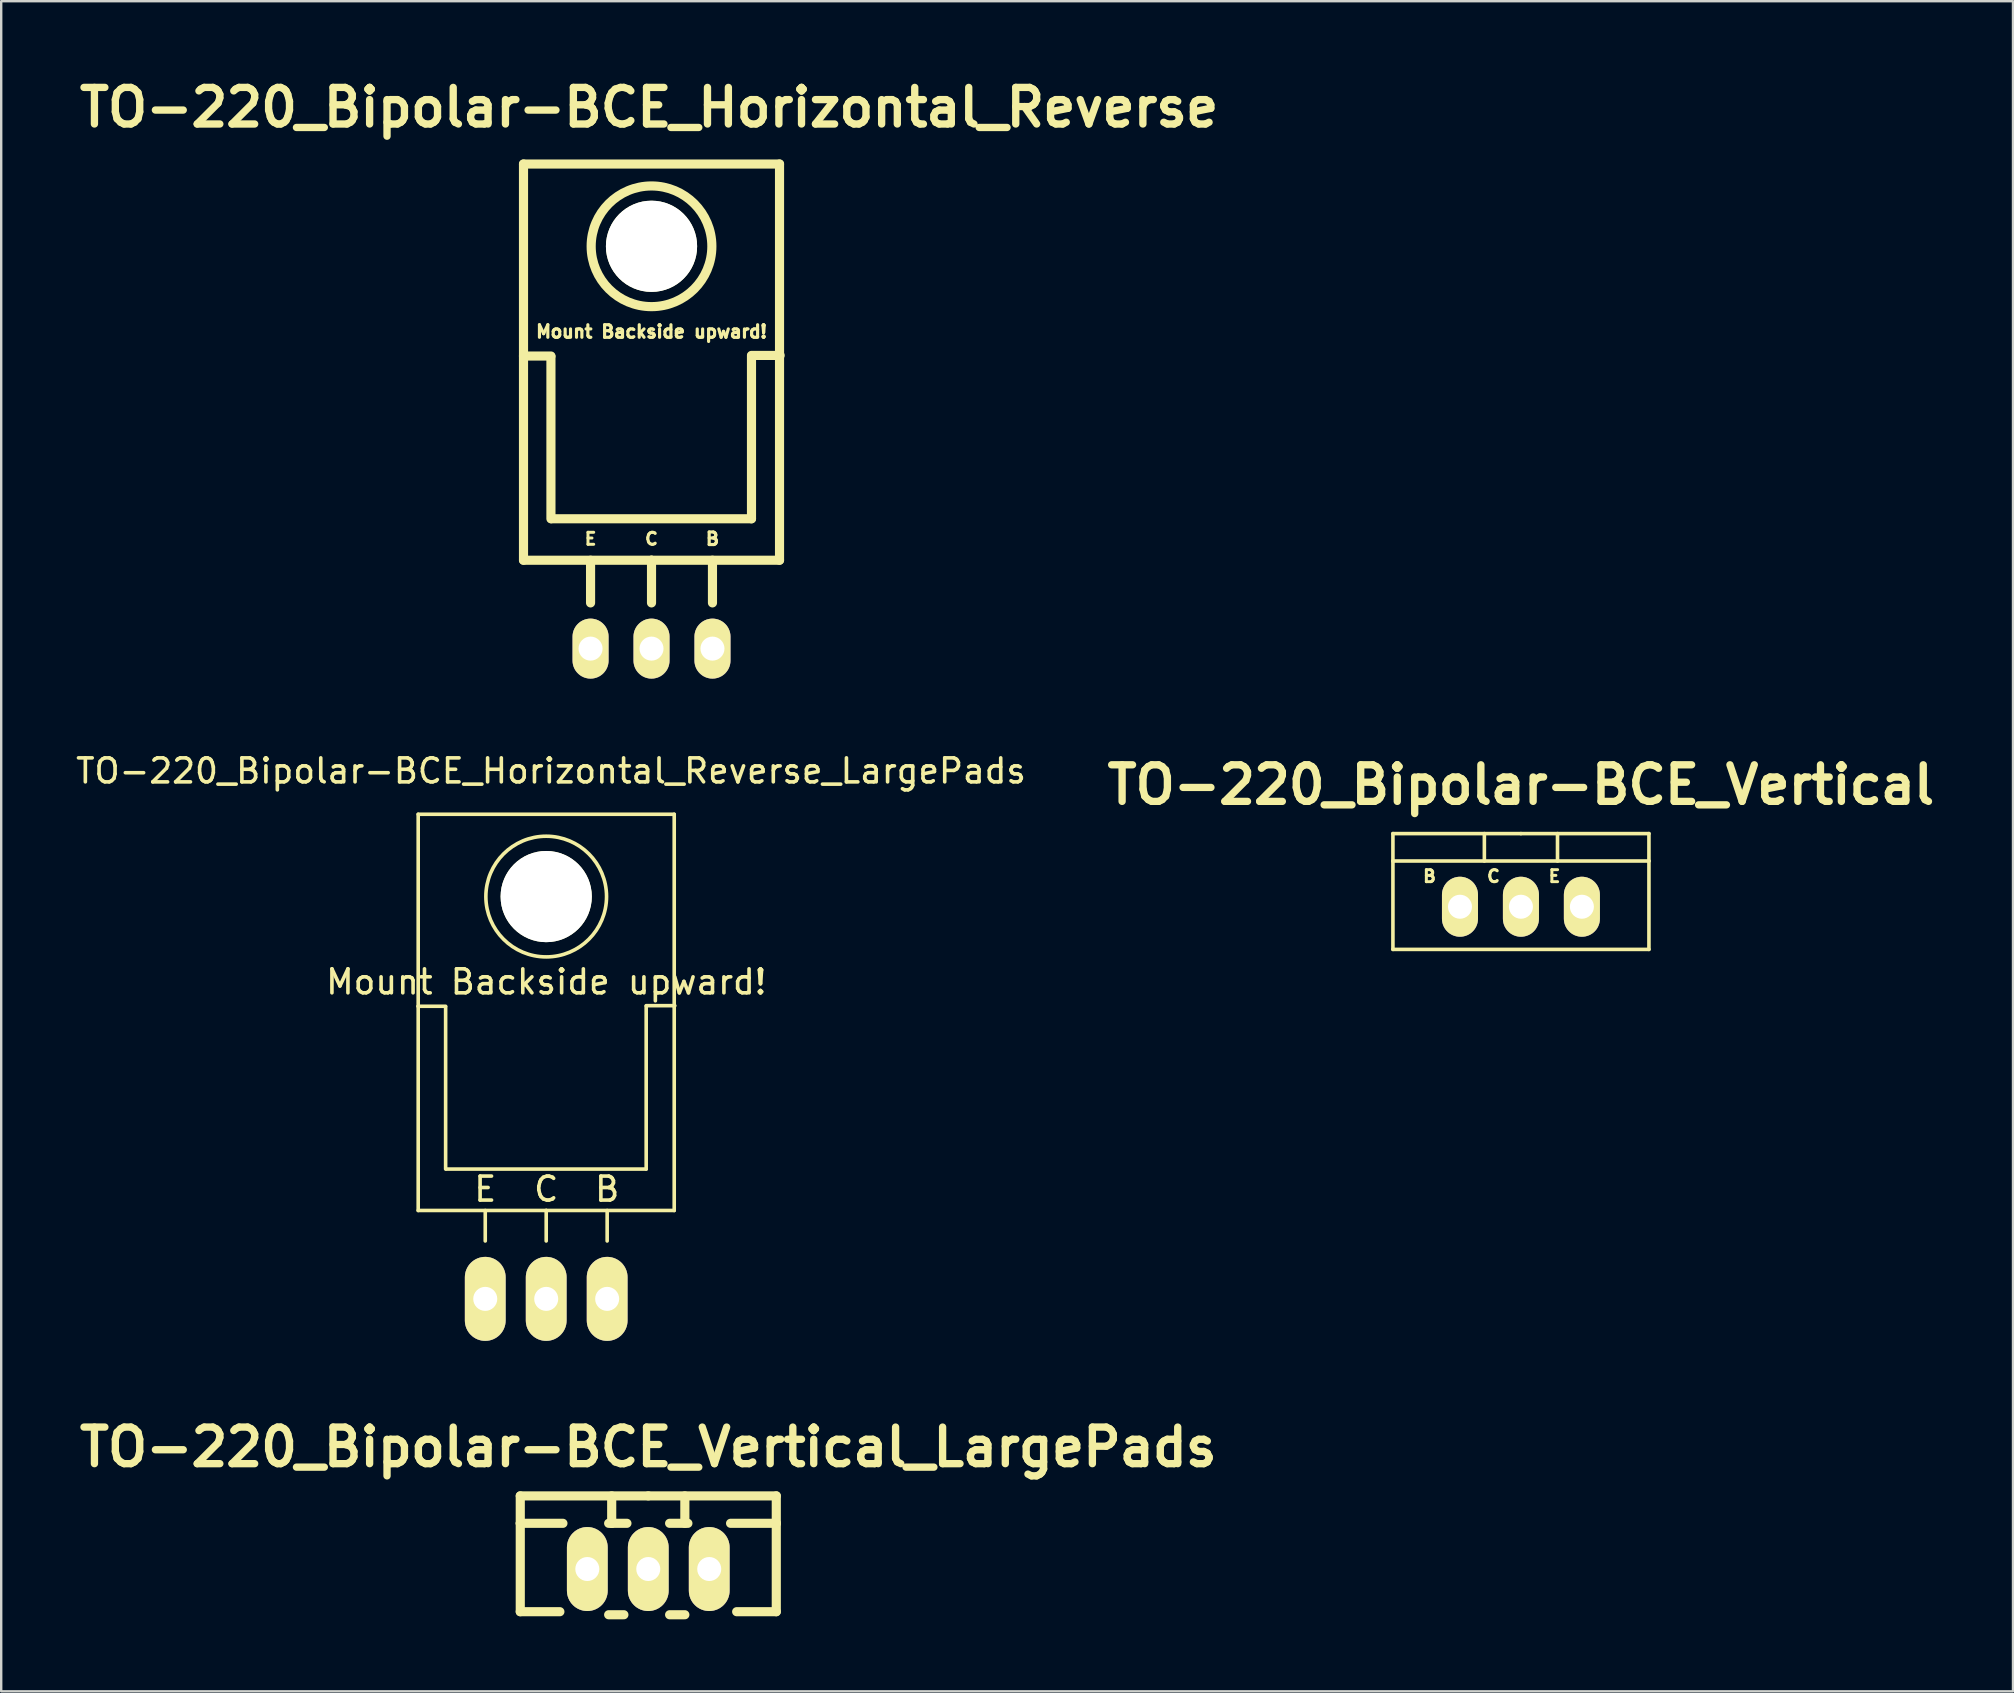
<source format=kicad_pcb>
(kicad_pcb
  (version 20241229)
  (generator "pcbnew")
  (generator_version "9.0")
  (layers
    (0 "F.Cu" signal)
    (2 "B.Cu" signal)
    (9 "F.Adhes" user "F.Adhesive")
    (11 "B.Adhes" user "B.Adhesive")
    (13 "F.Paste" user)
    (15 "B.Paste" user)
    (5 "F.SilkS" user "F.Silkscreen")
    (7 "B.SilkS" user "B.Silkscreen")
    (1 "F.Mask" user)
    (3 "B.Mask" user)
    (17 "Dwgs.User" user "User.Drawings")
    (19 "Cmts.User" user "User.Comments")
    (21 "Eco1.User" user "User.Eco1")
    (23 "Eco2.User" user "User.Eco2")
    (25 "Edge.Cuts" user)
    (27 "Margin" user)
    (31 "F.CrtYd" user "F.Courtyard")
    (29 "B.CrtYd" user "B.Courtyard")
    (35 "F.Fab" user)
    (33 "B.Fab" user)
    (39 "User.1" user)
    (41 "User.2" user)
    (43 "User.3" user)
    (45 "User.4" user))
  (footprint "TO-220_Bipolar-BCE_Horizontal_Reverse"
    (layer "F.Cu")
    (at 24.098 23.977)
    (property "Reference" "TO-220_Bipolar-BCE_Horizontal_Reverse" (at -0.099 -22.55 0) (layer "F.SilkS") (effects (font (size 1.524 1.524) (thickness 0.305))))
    (attr through_hole)
    (fp_line (start -5.334 -20.193) (end -5.334 -12.192) (stroke (width 0.381) (type solid)) (layer "F.SilkS"))
    (fp_line (start -5.334 -12.192) (end -5.334 -3.683) (stroke (width 0.381) (type solid)) (layer "F.SilkS"))
    (fp_line (start -4.191 -12.192) (end -5.334 -12.192) (stroke (width 0.381) (type solid)) (layer "F.SilkS"))
    (fp_line (start -4.191 -5.41) (end -4.191 -12.167) (stroke (width 0.381) (type solid)) (layer "F.SilkS"))
    (fp_line (start -2.54 -3.683) (end -2.54 -1.905) (stroke (width 0.381) (type solid)) (layer "F.SilkS"))
    (fp_line (start 0 -3.683) (end -5.334 -3.683) (stroke (width 0.381) (type solid)) (layer "F.SilkS"))
    (fp_line (start 0 -3.683) (end 0 -1.905) (stroke (width 0.381) (type solid)) (layer "F.SilkS"))
    (fp_line (start 0 -3.683) (end 5.334 -3.683) (stroke (width 0.381) (type solid)) (layer "F.SilkS"))
    (fp_line (start 2.54 -3.683) (end 2.54 -1.905) (stroke (width 0.381) (type solid)) (layer "F.SilkS"))
    (fp_line (start 4.166 -12.217) (end 5.359 -12.217) (stroke (width 0.381) (type solid)) (layer "F.SilkS"))
    (fp_line (start 4.166 -12.192) (end 4.166 -5.41) (stroke (width 0.381) (type solid)) (layer "F.SilkS"))
    (fp_line (start 4.166 -5.41) (end -4.166 -5.41) (stroke (width 0.381) (type solid)) (layer "F.SilkS"))
    (fp_line (start 5.334 -20.193) (end -5.334 -20.193) (stroke (width 0.381) (type solid)) (layer "F.SilkS"))
    (fp_line (start 5.334 -12.192) (end 5.334 -20.193) (stroke (width 0.381) (type solid)) (layer "F.SilkS"))
    (fp_line (start 5.334 -3.683) (end 5.334 -12.192) (stroke (width 0.381) (type solid)) (layer "F.SilkS"))
    (fp_circle (center 0 -16.764) (end 1.778 -14.986) (stroke (width 0.381) (type solid)) (fill no) (layer "F.SilkS"))
    (fp_text user "E" (at -2.54 -4.572 0) (layer "F.SilkS") (effects (font (size 0.5 0.5) (thickness 0.124))))
    (fp_text user "C" (at 0 -4.572 0) (layer "F.SilkS") (effects (font (size 0.5 0.5) (thickness 0.124))))
    (fp_text user "B" (at 2.54 -4.572 0) (layer "F.SilkS") (effects (font (size 0.523 0.523) (thickness 0.132))))
    (fp_text user "Mount Backside upward!" (at 0 -13.208 0) (layer "F.SilkS") (effects (font (size 0.523 0.523) (thickness 0.132))))
    (pad "" np_thru_hole circle (at 0 -16.764 90) (size 3.8 3.8) (drill 3.8) (layers "*.Cu" "*.Mask" "F.SilkS"))
    (pad "B" thru_hole oval (at 2.54 0 90) (size 2.499 1.501) (drill 1.001) (layers "*.Cu" "*.Mask" "F.SilkS"))
    (pad "C" thru_hole oval (at 0 0 90) (size 2.499 1.501) (drill 1.001) (layers "*.Cu" "*.Mask" "F.SilkS"))
    (pad "E" thru_hole oval (at -2.54 0 90) (size 2.499 1.501) (drill 1.001) (layers "*.Cu" "*.Mask" "F.SilkS")))
  (footprint "TO-220_Bipolar-BCE_Vertical"
    (layer "F.Cu")
    (at 60.326 34.733)
    (property "Reference" "TO-220_Bipolar-BCE_Vertical" (at 0 -5.08 0) (layer "F.SilkS") (effects (font (size 1.524 1.524) (thickness 0.305))))
    (attr through_hole)
    (fp_line (start -5.334 -1.905) (end -5.334 -3.048) (stroke (width 0.15) (type solid)) (layer "F.SilkS"))
    (fp_line (start -5.334 1.778) (end -5.334 -1.905) (stroke (width 0.15) (type solid)) (layer "F.SilkS"))
    (fp_line (start -1.524 -3.048) (end -1.524 -1.905) (stroke (width 0.15) (type solid)) (layer "F.SilkS"))
    (fp_line (start 0 -3.048) (end -5.334 -3.048) (stroke (width 0.15) (type solid)) (layer "F.SilkS"))
    (fp_line (start 0 -3.048) (end 5.334 -3.048) (stroke (width 0.15) (type solid)) (layer "F.SilkS"))
    (fp_line (start 1.524 -3.048) (end 1.524 -1.905) (stroke (width 0.15) (type solid)) (layer "F.SilkS"))
    (fp_line (start 5.334 -3.048) (end 5.334 -1.905) (stroke (width 0.15) (type solid)) (layer "F.SilkS"))
    (fp_line (start 5.334 -1.905) (end -5.334 -1.905) (stroke (width 0.15) (type solid)) (layer "F.SilkS"))
    (fp_line (start 5.334 -1.905) (end 5.334 1.778) (stroke (width 0.15) (type solid)) (layer "F.SilkS"))
    (fp_line (start 5.334 1.778) (end -5.334 1.778) (stroke (width 0.15) (type solid)) (layer "F.SilkS"))
    (fp_text user "E" (at 1.397 -1.27 0) (layer "F.SilkS") (effects (font (size 0.5 0.5) (thickness 0.124))))
    (fp_text user "B" (at -3.81 -1.27 0) (layer "F.SilkS") (effects (font (size 0.5 0.5) (thickness 0.124))))
    (fp_text user "C" (at -1.143 -1.27 0) (layer "F.SilkS") (effects (font (size 0.5 0.5) (thickness 0.124))))
    (pad "B" thru_hole oval (at -2.54 0 90) (size 2.499 1.501) (drill 1.001) (layers "*.Cu" "*.Mask" "F.SilkS"))
    (pad "C" thru_hole oval (at 0 0 90) (size 2.499 1.501) (drill 1.001) (layers "*.Cu" "*.Mask" "F.SilkS"))
    (pad "E" thru_hole oval (at 2.54 0 90) (size 2.499 1.501) (drill 1.001) (layers "*.Cu" "*.Mask" "F.SilkS")))
  (footprint "TO-220_Bipolar-BCE_Vertical_LargePads"
    (layer "F.Cu")
    (at 23.963 62.33)
    (property "Reference" "TO-220_Bipolar-BCE_Vertical_LargePads" (at 0 -5.08 0) (layer "F.SilkS") (effects (font (size 1.524 1.524) (thickness 0.305))))
    (attr through_hole)
    (fp_line (start -5.334 -1.905) (end -5.334 -3.048) (stroke (width 0.381) (type solid)) (layer "F.SilkS"))
    (fp_line (start -5.334 -1.905) (end -3.556 -1.905) (stroke (width 0.381) (type solid)) (layer "F.SilkS"))
    (fp_line (start -5.334 1.778) (end -5.334 -1.905) (stroke (width 0.381) (type solid)) (layer "F.SilkS"))
    (fp_line (start -5.334 1.778) (end -3.683 1.778) (stroke (width 0.381) (type solid)) (layer "F.SilkS"))
    (fp_line (start -1.524 -3.048) (end -1.524 -1.905) (stroke (width 0.381) (type solid)) (layer "F.SilkS"))
    (fp_line (start -1.524 -1.905) (end -1.651 -1.905) (stroke (width 0.381) (type solid)) (layer "F.SilkS"))
    (fp_line (start -1.524 -1.905) (end -0.889 -1.905) (stroke (width 0.381) (type solid)) (layer "F.SilkS"))
    (fp_line (start -1.016 1.905) (end -1.651 1.905) (stroke (width 0.381) (type solid)) (layer "F.SilkS"))
    (fp_line (start 0 -3.048) (end -5.334 -3.048) (stroke (width 0.381) (type solid)) (layer "F.SilkS"))
    (fp_line (start 0 -3.048) (end 5.334 -3.048) (stroke (width 0.381) (type solid)) (layer "F.SilkS"))
    (fp_line (start 0.889 -1.905) (end 1.651 -1.905) (stroke (width 0.381) (type solid)) (layer "F.SilkS"))
    (fp_line (start 1.524 -3.048) (end 1.524 -1.905) (stroke (width 0.381) (type solid)) (layer "F.SilkS"))
    (fp_line (start 1.524 1.905) (end 0.889 1.905) (stroke (width 0.381) (type solid)) (layer "F.SilkS"))
    (fp_line (start 5.334 -3.048) (end 5.334 -1.905) (stroke (width 0.381) (type solid)) (layer "F.SilkS"))
    (fp_line (start 5.334 -1.905) (end 3.429 -1.905) (stroke (width 0.381) (type solid)) (layer "F.SilkS"))
    (fp_line (start 5.334 -1.905) (end 5.334 1.778) (stroke (width 0.381) (type solid)) (layer "F.SilkS"))
    (fp_line (start 5.334 1.778) (end 3.683 1.778) (stroke (width 0.381) (type solid)) (layer "F.SilkS"))
    (pad "B" thru_hole oval (at -2.54 0 90) (size 3.5 1.699) (drill 1.001) (layers "*.Cu" "*.Mask" "F.SilkS"))
    (pad "C" thru_hole oval (at 0 0 90) (size 3.5 1.699) (drill 1.001) (layers "*.Cu" "*.Mask" "F.SilkS"))
    (pad "E" thru_hole oval (at 2.54 0 90) (size 3.5 1.699) (drill 1.001) (layers "*.Cu" "*.Mask" "F.SilkS")))
  (footprint "TO-220_Bipolar-BCE_Horizontal_Reverse_LargePads"
    (layer "F.Cu")
    (at 19.71 51.073)
    (property "Reference" "TO-220_Bipolar-BCE_Horizontal_Reverse_LargePads" (at 0.201 -21.999 0) (layer "F.SilkS") (effects (font (size 1 1) (thickness 0.15))))
    (attr through_hole)
    (fp_line (start -5.334 -20.193) (end -5.334 -12.192) (stroke (width 0.15) (type solid)) (layer "F.SilkS"))
    (fp_line (start -5.334 -12.192) (end -5.334 -3.683) (stroke (width 0.15) (type solid)) (layer "F.SilkS"))
    (fp_line (start -4.191 -12.192) (end -5.334 -12.192) (stroke (width 0.15) (type solid)) (layer "F.SilkS"))
    (fp_line (start -4.191 -5.41) (end -4.191 -12.167) (stroke (width 0.15) (type solid)) (layer "F.SilkS"))
    (fp_line (start -2.54 -3.683) (end -2.54 -2.413) (stroke (width 0.15) (type solid)) (layer "F.SilkS"))
    (fp_line (start 0 -3.683) (end -5.334 -3.683) (stroke (width 0.15) (type solid)) (layer "F.SilkS"))
    (fp_line (start 0 -3.683) (end 0 -2.413) (stroke (width 0.15) (type solid)) (layer "F.SilkS"))
    (fp_line (start 0 -3.683) (end 5.334 -3.683) (stroke (width 0.15) (type solid)) (layer "F.SilkS"))
    (fp_line (start 2.54 -3.683) (end 2.54 -2.413) (stroke (width 0.15) (type solid)) (layer "F.SilkS"))
    (fp_line (start 4.166 -12.217) (end 5.359 -12.217) (stroke (width 0.15) (type solid)) (layer "F.SilkS"))
    (fp_line (start 4.166 -12.192) (end 4.166 -5.41) (stroke (width 0.15) (type solid)) (layer "F.SilkS"))
    (fp_line (start 4.166 -5.41) (end -4.166 -5.41) (stroke (width 0.15) (type solid)) (layer "F.SilkS"))
    (fp_line (start 5.334 -20.193) (end -5.334 -20.193) (stroke (width 0.15) (type solid)) (layer "F.SilkS"))
    (fp_line (start 5.334 -12.192) (end 5.334 -20.193) (stroke (width 0.15) (type solid)) (layer "F.SilkS"))
    (fp_line (start 5.334 -3.683) (end 5.334 -12.192) (stroke (width 0.15) (type solid)) (layer "F.SilkS"))
    (fp_circle (center 0 -16.764) (end 1.778 -14.986) (stroke (width 0.15) (type solid)) (fill no) (layer "F.SilkS"))
    (fp_text user "E" (at -2.54 -4.572 0) (layer "F.SilkS") (effects (font (size 1 1) (thickness 0.15))))
    (fp_text user "C" (at 0 -4.572 0) (layer "F.SilkS") (effects (font (size 1 1) (thickness 0.15))))
    (fp_text user "Mount Backside upward!" (at 0 -13.208 0) (layer "F.SilkS") (effects (font (size 1 1) (thickness 0.15))))
    (fp_text user "B" (at 2.54 -4.572 0) (layer "F.SilkS") (effects (font (size 1 1) (thickness 0.15))))
    (pad "" np_thru_hole circle (at 0 -16.764 90) (size 3.8 3.8) (drill 3.8) (layers "*.Cu" "*.Mask" "F.SilkS"))
    (pad "B" thru_hole oval (at 2.54 0 90) (size 3.5 1.699) (drill 1.001) (layers "*.Cu" "*.Mask" "F.SilkS"))
    (pad "C" thru_hole oval (at 0 0 90) (size 3.5 1.699) (drill 1.001) (layers "*.Cu" "*.Mask" "F.SilkS"))
    (pad "E" thru_hole oval (at -2.54 0 90) (size 3.5 1.699) (drill 1.001) (layers "*.Cu" "*.Mask" "F.SilkS")))
  (gr_rect
    (start -3 -3)
    (end 80.83 67.425)
    (stroke (width 0.1) (type default))
    (fill no)
    (layer "Edge.Cuts")))
</source>
